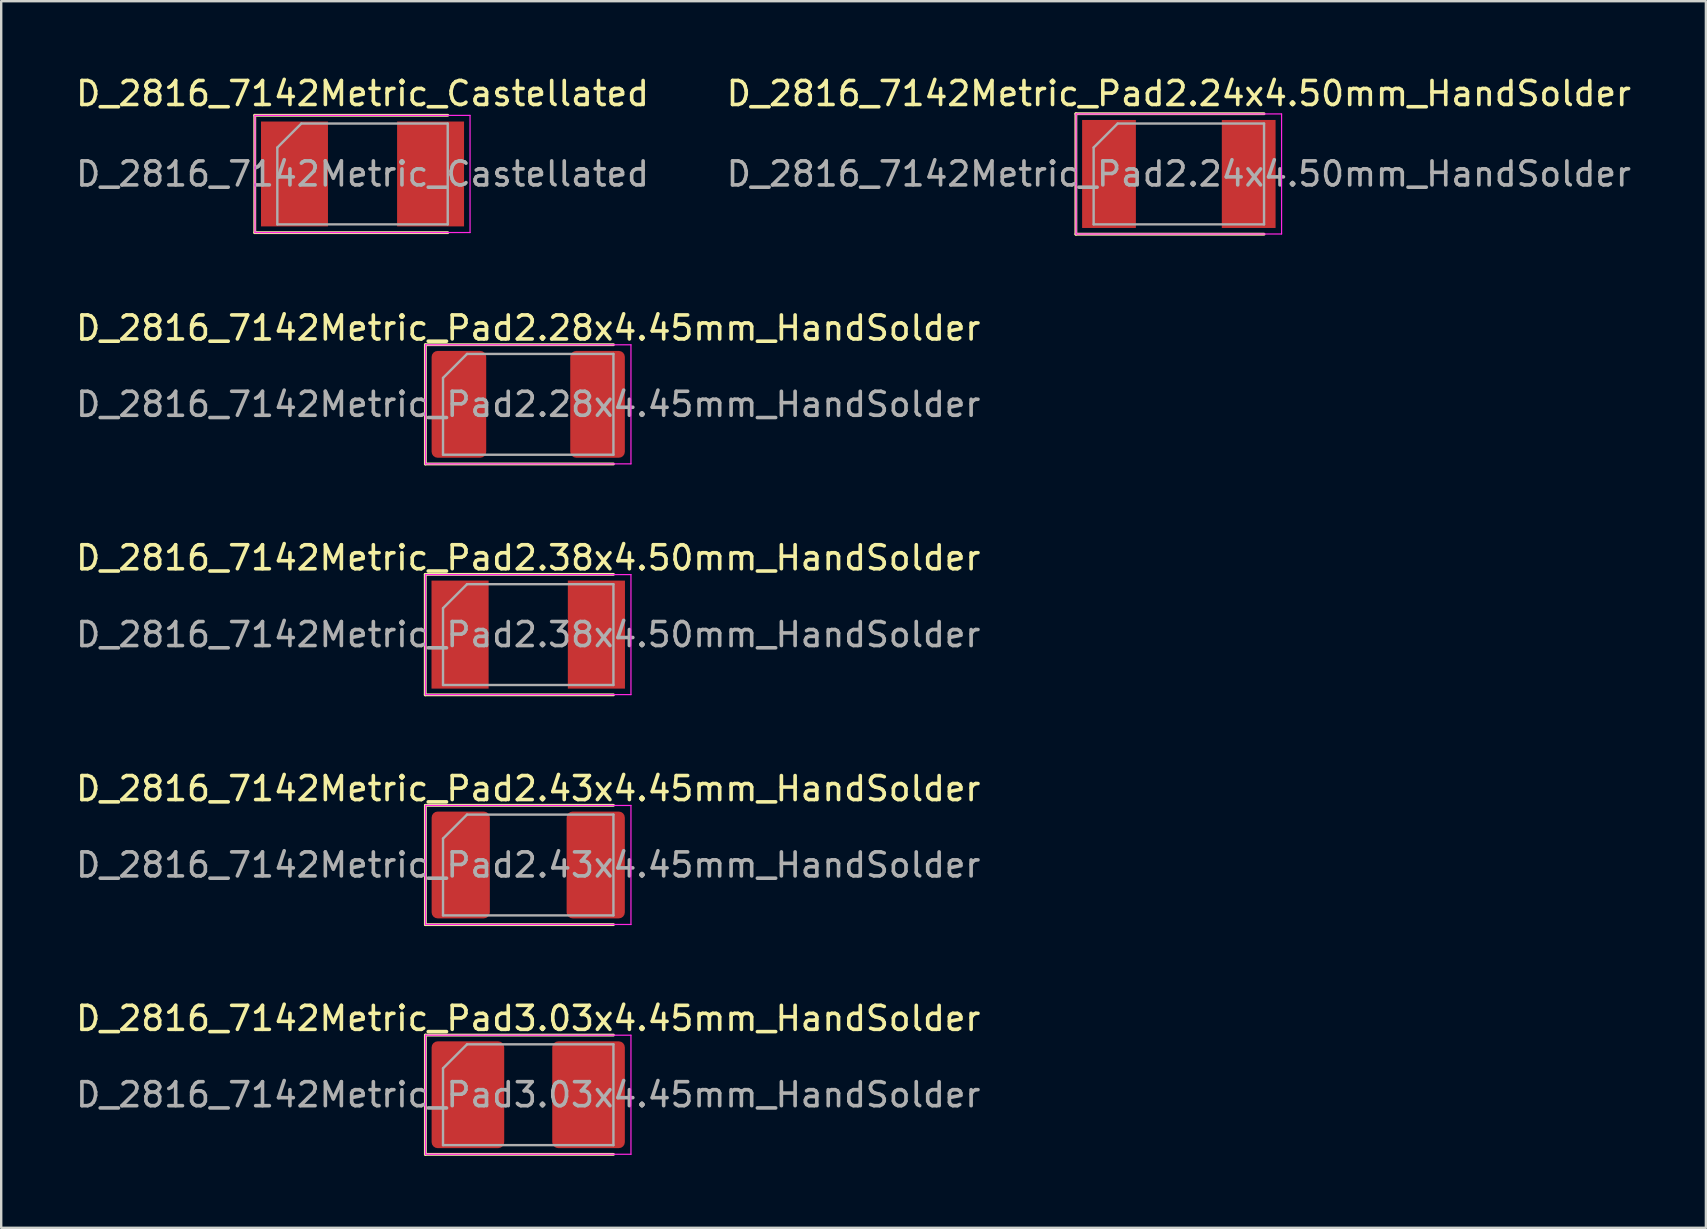
<source format=kicad_pcb>
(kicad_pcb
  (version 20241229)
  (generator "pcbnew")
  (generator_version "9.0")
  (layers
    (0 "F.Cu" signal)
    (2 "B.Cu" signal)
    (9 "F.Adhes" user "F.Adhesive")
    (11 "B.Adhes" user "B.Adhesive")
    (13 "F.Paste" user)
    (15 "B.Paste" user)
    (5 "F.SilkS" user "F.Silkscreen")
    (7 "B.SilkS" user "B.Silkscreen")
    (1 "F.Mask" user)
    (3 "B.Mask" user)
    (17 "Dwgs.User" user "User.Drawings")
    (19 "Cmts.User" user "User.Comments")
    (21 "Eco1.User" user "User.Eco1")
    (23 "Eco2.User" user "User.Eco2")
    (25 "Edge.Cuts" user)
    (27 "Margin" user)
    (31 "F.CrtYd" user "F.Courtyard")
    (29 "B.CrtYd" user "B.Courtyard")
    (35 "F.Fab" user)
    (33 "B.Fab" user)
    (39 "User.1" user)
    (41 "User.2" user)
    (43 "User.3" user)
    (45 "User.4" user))
  (footprint "D_2816_7142Metric_Pad2.38x4.50mm_HandSolder"
    (layer "F.Cu")
    (at 18.958 23.39)
    (property "Reference" "D_2816_7142Metric_Pad2.38x4.50mm_HandSolder" (at 0 -3.2 0) (layer "F.SilkS") (effects (font (size 1 1) (thickness 0.15))))
    (attr smd)
    (fp_line (start -4.29 -2.51) (end -4.29 2.51) (stroke (width 0.12) (type solid)) (layer "F.SilkS"))
    (fp_line (start -4.29 2.51) (end 3.55 2.51) (stroke (width 0.12) (type solid)) (layer "F.SilkS"))
    (fp_line (start 3.55 -2.51) (end -4.29 -2.51) (stroke (width 0.12) (type solid)) (layer "F.SilkS"))
    (fp_line (start -4.28 -2.5) (end 4.28 -2.5) (stroke (width 0.05) (type solid)) (layer "F.CrtYd"))
    (fp_line (start -4.28 2.5) (end -4.28 -2.5) (stroke (width 0.05) (type solid)) (layer "F.CrtYd"))
    (fp_line (start 4.28 -2.5) (end 4.28 2.5) (stroke (width 0.05) (type solid)) (layer "F.CrtYd"))
    (fp_line (start 4.28 2.5) (end -4.28 2.5) (stroke (width 0.05) (type solid)) (layer "F.CrtYd"))
    (fp_line (start -3.55 -1.1) (end -3.55 2.1) (stroke (width 0.1) (type solid)) (layer "F.Fab"))
    (fp_line (start -3.55 2.1) (end 3.55 2.1) (stroke (width 0.1) (type solid)) (layer "F.Fab"))
    (fp_line (start -2.55 -2.1) (end -3.55 -1.1) (stroke (width 0.1) (type solid)) (layer "F.Fab"))
    (fp_line (start 3.55 -2.1) (end -2.55 -2.1) (stroke (width 0.1) (type solid)) (layer "F.Fab"))
    (fp_line (start 3.55 2.1) (end 3.55 -2.1) (stroke (width 0.1) (type solid)) (layer "F.Fab"))
    (fp_text user "${REFERENCE}" (at 0 0 0) (layer "F.Fab") (effects (font (size 1 1) (thickness 0.15))))
    (pad "1" smd rect (at -2.84 0) (size 2.38 4.5) (layers "F.Cu" "F.Mask" "F.Paste"))
    (pad "2" smd rect (at 2.84 0) (size 2.38 4.5) (layers "F.Cu" "F.Mask" "F.Paste")))
  (footprint "D_2816_7142Metric_Pad2.24x4.50mm_HandSolder"
    (layer "F.Cu")
    (at 46.065 4.198)
    (property "Reference" "D_2816_7142Metric_Pad2.24x4.50mm_HandSolder" (at 0 -3.35 0) (layer "F.SilkS") (effects (font (size 1 1) (thickness 0.15))))
    (attr smd)
    (fp_line (start -4.29 -2.51) (end -4.29 2.51) (stroke (width 0.12) (type solid)) (layer "F.SilkS"))
    (fp_line (start -4.29 2.51) (end 3.55 2.51) (stroke (width 0.12) (type solid)) (layer "F.SilkS"))
    (fp_line (start 3.55 -2.51) (end -4.29 -2.51) (stroke (width 0.12) (type solid)) (layer "F.SilkS"))
    (fp_line (start -4.28 -2.5) (end 4.28 -2.5) (stroke (width 0.05) (type solid)) (layer "F.CrtYd"))
    (fp_line (start -4.28 2.5) (end -4.28 -2.5) (stroke (width 0.05) (type solid)) (layer "F.CrtYd"))
    (fp_line (start 4.28 -2.5) (end 4.28 2.5) (stroke (width 0.05) (type solid)) (layer "F.CrtYd"))
    (fp_line (start 4.28 2.5) (end -4.28 2.5) (stroke (width 0.05) (type solid)) (layer "F.CrtYd"))
    (fp_line (start -3.55 -1.1) (end -3.55 2.1) (stroke (width 0.1) (type solid)) (layer "F.Fab"))
    (fp_line (start -3.55 2.1) (end 3.55 2.1) (stroke (width 0.1) (type solid)) (layer "F.Fab"))
    (fp_line (start -2.55 -2.1) (end -3.55 -1.1) (stroke (width 0.1) (type solid)) (layer "F.Fab"))
    (fp_line (start 3.55 -2.1) (end -2.55 -2.1) (stroke (width 0.1) (type solid)) (layer "F.Fab"))
    (fp_line (start 3.55 2.1) (end 3.55 -2.1) (stroke (width 0.1) (type solid)) (layer "F.Fab"))
    (fp_text user "${REFERENCE}" (at 0 0 0) (layer "F.Fab") (effects (font (size 1 1) (thickness 0.15))))
    (pad "1" smd rect (at -2.91 0) (size 2.24 4.5) (layers "F.Cu" "F.Mask" "F.Paste"))
    (pad "2" smd rect (at 2.91 0) (size 2.24 4.5) (layers "F.Cu" "F.Mask" "F.Paste")))
  (footprint "D_2816_7142Metric_Pad3.03x4.45mm_HandSolder"
    (layer "F.Cu")
    (at 18.958 42.561)
    (property "Reference" "D_2816_7142Metric_Pad3.03x4.45mm_HandSolder" (at 0 -3.18 0) (layer "F.SilkS") (effects (font (size 1 1) (thickness 0.15))))
    (attr smd)
    (fp_line (start -4.285 -2.485) (end -4.285 2.485) (stroke (width 0.12) (type solid)) (layer "F.SilkS"))
    (fp_line (start -4.285 2.485) (end 3.55 2.485) (stroke (width 0.12) (type solid)) (layer "F.SilkS"))
    (fp_line (start 3.55 -2.485) (end -4.285 -2.485) (stroke (width 0.12) (type solid)) (layer "F.SilkS"))
    (fp_line (start -4.28 -2.48) (end 4.28 -2.48) (stroke (width 0.05) (type solid)) (layer "F.CrtYd"))
    (fp_line (start -4.28 2.48) (end -4.28 -2.48) (stroke (width 0.05) (type solid)) (layer "F.CrtYd"))
    (fp_line (start 4.28 -2.48) (end 4.28 2.48) (stroke (width 0.05) (type solid)) (layer "F.CrtYd"))
    (fp_line (start 4.28 2.48) (end -4.28 2.48) (stroke (width 0.05) (type solid)) (layer "F.CrtYd"))
    (fp_line (start -3.55 -1.1) (end -3.55 2.1) (stroke (width 0.1) (type solid)) (layer "F.Fab"))
    (fp_line (start -3.55 2.1) (end 3.55 2.1) (stroke (width 0.1) (type solid)) (layer "F.Fab"))
    (fp_line (start -2.55 -2.1) (end -3.55 -1.1) (stroke (width 0.1) (type solid)) (layer "F.Fab"))
    (fp_line (start 3.55 -2.1) (end -2.55 -2.1) (stroke (width 0.1) (type solid)) (layer "F.Fab"))
    (fp_line (start 3.55 2.1) (end 3.55 -2.1) (stroke (width 0.1) (type solid)) (layer "F.Fab"))
    (fp_text user "${REFERENCE}" (at 0 0 0) (layer "F.Fab") (effects (font (size 1 1) (thickness 0.15))))
    (pad "1" smd roundrect (at -2.513 0) (size 3.025 4.45) (layers "F.Cu" "F.Mask" "F.Paste") (roundrect_rratio 0.083))
    (pad "2" smd roundrect (at 2.513 0) (size 3.025 4.45) (layers "F.Cu" "F.Mask" "F.Paste") (roundrect_rratio 0.083)))
  (footprint "D_2816_7142Metric_Pad2.28x4.45mm_HandSolder"
    (layer "F.Cu")
    (at 18.958 13.796)
    (property "Reference" "D_2816_7142Metric_Pad2.28x4.45mm_HandSolder" (at 0 -3.18 0) (layer "F.SilkS") (effects (font (size 1 1) (thickness 0.15))))
    (attr smd)
    (fp_line (start -4.285 -2.485) (end -4.285 2.485) (stroke (width 0.12) (type solid)) (layer "F.SilkS"))
    (fp_line (start -4.285 2.485) (end 3.55 2.485) (stroke (width 0.12) (type solid)) (layer "F.SilkS"))
    (fp_line (start 3.55 -2.485) (end -4.285 -2.485) (stroke (width 0.12) (type solid)) (layer "F.SilkS"))
    (fp_line (start -4.28 -2.48) (end 4.28 -2.48) (stroke (width 0.05) (type solid)) (layer "F.CrtYd"))
    (fp_line (start -4.28 2.48) (end -4.28 -2.48) (stroke (width 0.05) (type solid)) (layer "F.CrtYd"))
    (fp_line (start 4.28 -2.48) (end 4.28 2.48) (stroke (width 0.05) (type solid)) (layer "F.CrtYd"))
    (fp_line (start 4.28 2.48) (end -4.28 2.48) (stroke (width 0.05) (type solid)) (layer "F.CrtYd"))
    (fp_line (start -3.55 -1.1) (end -3.55 2.1) (stroke (width 0.1) (type solid)) (layer "F.Fab"))
    (fp_line (start -3.55 2.1) (end 3.55 2.1) (stroke (width 0.1) (type solid)) (layer "F.Fab"))
    (fp_line (start -2.55 -2.1) (end -3.55 -1.1) (stroke (width 0.1) (type solid)) (layer "F.Fab"))
    (fp_line (start 3.55 -2.1) (end -2.55 -2.1) (stroke (width 0.1) (type solid)) (layer "F.Fab"))
    (fp_line (start 3.55 2.1) (end 3.55 -2.1) (stroke (width 0.1) (type solid)) (layer "F.Fab"))
    (fp_text user "${REFERENCE}" (at 0 0 0) (layer "F.Fab") (effects (font (size 1 1) (thickness 0.15))))
    (pad "1" smd roundrect (at -2.888 0) (size 2.275 4.45) (layers "F.Cu" "F.Mask" "F.Paste") (roundrect_rratio 0.11))
    (pad "2" smd roundrect (at 2.888 0) (size 2.275 4.45) (layers "F.Cu" "F.Mask" "F.Paste") (roundrect_rratio 0.11)))
  (footprint "D_2816_7142Metric_Pad2.43x4.45mm_HandSolder"
    (layer "F.Cu")
    (at 18.958 32.988)
    (property "Reference" "D_2816_7142Metric_Pad2.43x4.45mm_HandSolder" (at 0 -3.18 0) (layer "F.SilkS") (effects (font (size 1 1) (thickness 0.15))))
    (attr smd)
    (fp_line (start -4.285 -2.485) (end -4.285 2.485) (stroke (width 0.12) (type solid)) (layer "F.SilkS"))
    (fp_line (start -4.285 2.485) (end 3.55 2.485) (stroke (width 0.12) (type solid)) (layer "F.SilkS"))
    (fp_line (start 3.55 -2.485) (end -4.285 -2.485) (stroke (width 0.12) (type solid)) (layer "F.SilkS"))
    (fp_line (start -4.28 -2.48) (end 4.28 -2.48) (stroke (width 0.05) (type solid)) (layer "F.CrtYd"))
    (fp_line (start -4.28 2.48) (end -4.28 -2.48) (stroke (width 0.05) (type solid)) (layer "F.CrtYd"))
    (fp_line (start 4.28 -2.48) (end 4.28 2.48) (stroke (width 0.05) (type solid)) (layer "F.CrtYd"))
    (fp_line (start 4.28 2.48) (end -4.28 2.48) (stroke (width 0.05) (type solid)) (layer "F.CrtYd"))
    (fp_line (start -3.55 -1.1) (end -3.55 2.1) (stroke (width 0.1) (type solid)) (layer "F.Fab"))
    (fp_line (start -3.55 2.1) (end 3.55 2.1) (stroke (width 0.1) (type solid)) (layer "F.Fab"))
    (fp_line (start -2.55 -2.1) (end -3.55 -1.1) (stroke (width 0.1) (type solid)) (layer "F.Fab"))
    (fp_line (start 3.55 -2.1) (end -2.55 -2.1) (stroke (width 0.1) (type solid)) (layer "F.Fab"))
    (fp_line (start 3.55 2.1) (end 3.55 -2.1) (stroke (width 0.1) (type solid)) (layer "F.Fab"))
    (fp_text user "${REFERENCE}" (at 0 0 0) (layer "F.Fab") (effects (font (size 1 1) (thickness 0.15))))
    (pad "1" smd roundrect (at -2.812 0) (size 2.425 4.45) (layers "F.Cu" "F.Mask" "F.Paste") (roundrect_rratio 0.103))
    (pad "2" smd roundrect (at 2.812 0) (size 2.425 4.45) (layers "F.Cu" "F.Mask" "F.Paste") (roundrect_rratio 0.103)))
  (footprint "D_2816_7142Metric_Castellated"
    (layer "F.Cu")
    (at 12.054 4.198)
    (property "Reference" "D_2816_7142Metric_Castellated" (at 0 -3.35 0) (layer "F.SilkS") (effects (font (size 1 1) (thickness 0.15))))
    (attr smd)
    (fp_line (start -4.49 -2.445) (end -4.49 2.445) (stroke (width 0.12) (type solid)) (layer "F.SilkS"))
    (fp_line (start -4.49 2.445) (end 3.55 2.445) (stroke (width 0.12) (type solid)) (layer "F.SilkS"))
    (fp_line (start 3.55 -2.445) (end -4.49 -2.445) (stroke (width 0.12) (type solid)) (layer "F.SilkS"))
    (fp_line (start -4.48 -2.44) (end 4.48 -2.44) (stroke (width 0.05) (type solid)) (layer "F.CrtYd"))
    (fp_line (start -4.48 2.44) (end -4.48 -2.44) (stroke (width 0.05) (type solid)) (layer "F.CrtYd"))
    (fp_line (start 4.48 -2.44) (end 4.48 2.44) (stroke (width 0.05) (type solid)) (layer "F.CrtYd"))
    (fp_line (start 4.48 2.44) (end -4.48 2.44) (stroke (width 0.05) (type solid)) (layer "F.CrtYd"))
    (fp_line (start -3.55 -1.1) (end -3.55 2.1) (stroke (width 0.1) (type solid)) (layer "F.Fab"))
    (fp_line (start -3.55 2.1) (end 3.55 2.1) (stroke (width 0.1) (type solid)) (layer "F.Fab"))
    (fp_line (start -2.55 -2.1) (end -3.55 -1.1) (stroke (width 0.1) (type solid)) (layer "F.Fab"))
    (fp_line (start 3.55 -2.1) (end -2.55 -2.1) (stroke (width 0.1) (type solid)) (layer "F.Fab"))
    (fp_line (start 3.55 2.1) (end 3.55 -2.1) (stroke (width 0.1) (type solid)) (layer "F.Fab"))
    (fp_text user "${REFERENCE}" (at 0 0 0) (layer "F.Fab") (effects (font (size 1 1) (thickness 0.15))))
    (pad "1" smd rect (at -2.835 0) (size 2.79 4.37) (layers "F.Cu" "F.Mask" "F.Paste"))
    (pad "2" smd rect (at 2.835 0) (size 2.79 4.37) (layers "F.Cu" "F.Mask" "F.Paste")))
  (gr_rect
    (start -3 -3)
    (end 68.024 48.106)
    (stroke (width 0.1) (type default))
    (fill no)
    (layer "Edge.Cuts")))
</source>
